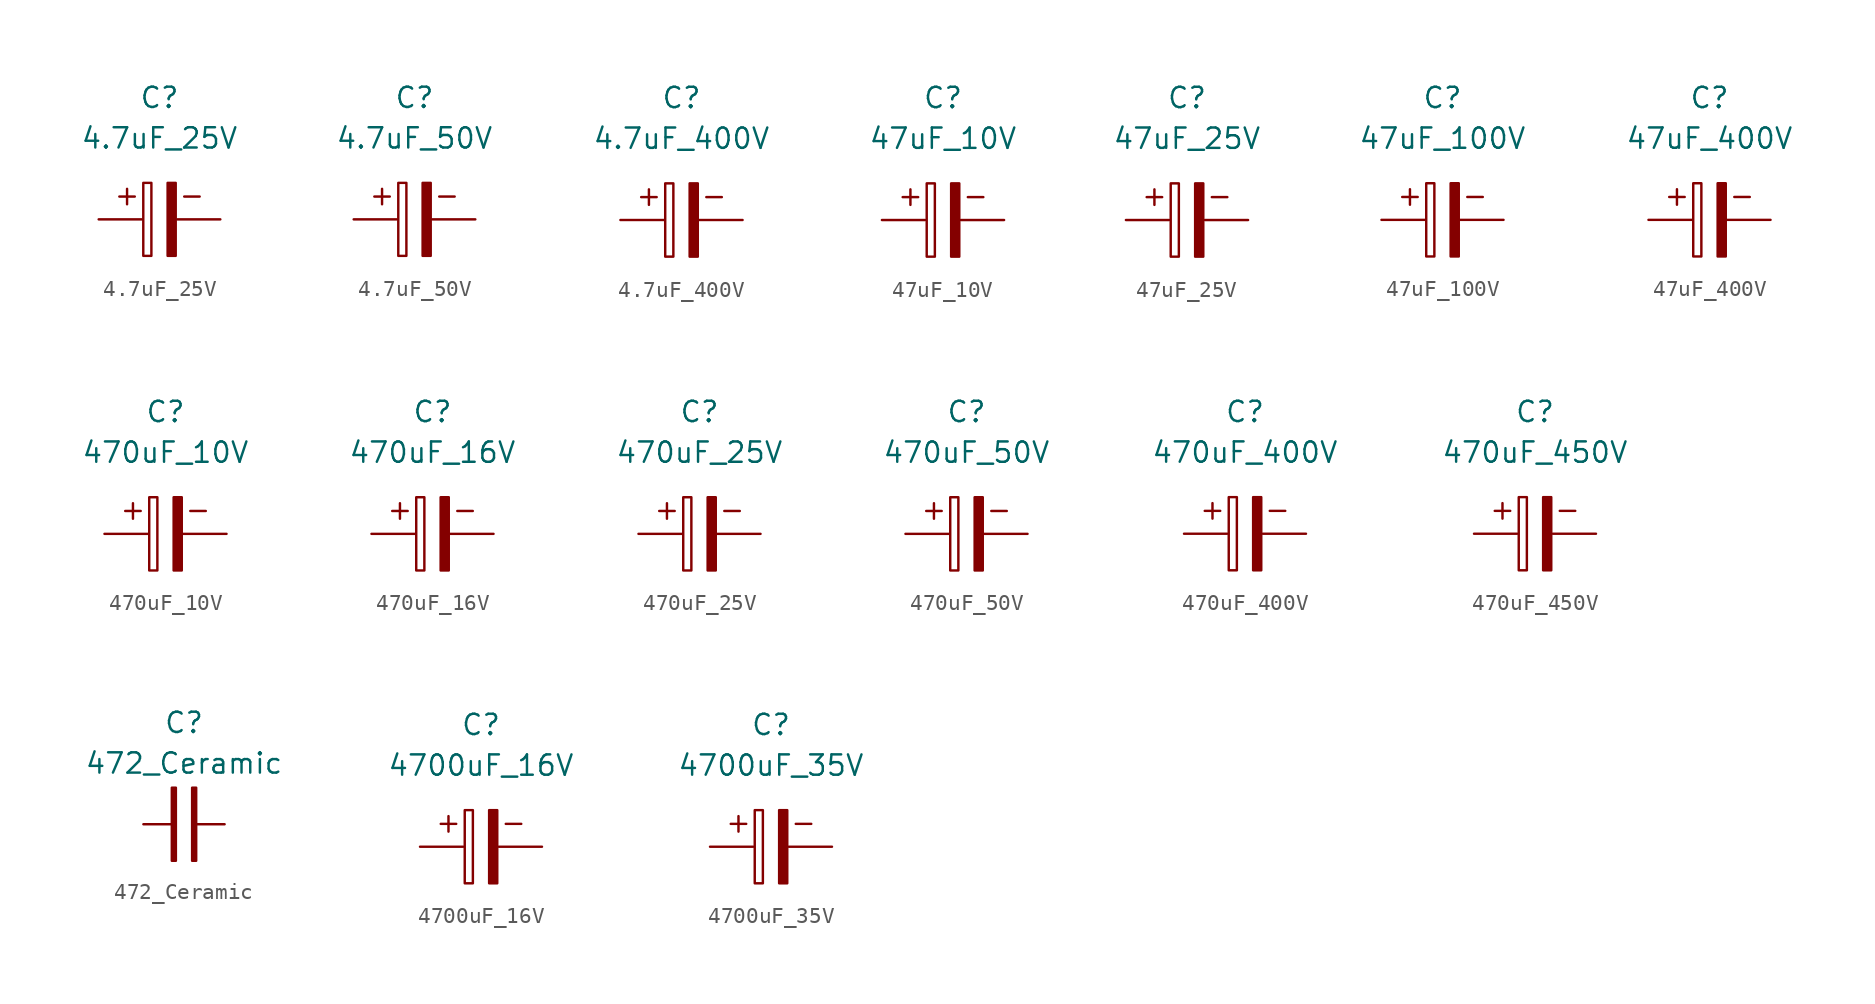
<source format=kicad_sym>
(kicad_symbol_lib
  (version 20220914)
  (generator kicad_symbol_editor)
  (symbol "4.7uF_25V"
    (property "Reference" "C"
      (at 0 7.62 0)
      (effects (font (size 1.27 1.27))))
    (property "Value" "4.7uF_25V"
      (at 0 5.08 0)
      (effects (font (size 1.27 1.27))))
    (symbol "4.7uF_25V_0_0"
      (text "+" (at -2.032 1.524 0) (effects (font (size 1.27 1.27))))
      (text "-" (at 2.032 1.524 0) (effects (font (size 1.27 1.27)))))
    (symbol "4.7uF_25V_0_1"
      (rectangle (start -1.016 -2.286) (end -0.508 2.286) (stroke (width 0) (type default)) (fill (type none)))
      (rectangle (start 0.508 -2.286) (end 1.016 2.286) (stroke (width 0) (type default)) (fill (type outline))))
    (symbol "4.7uF_25V_1_1"
      (pin passive line (at -3.81 0 0) (length 2.7) (name "~" (effects (font (size 0 0)))) (number "1" (effects (font (size 0 0)))))
      (pin input line (at 3.81 0 180) (length 2.7) (name "~" (effects (font (size 0 0)))) (number "2" (effects (font (size 0 0)))))))
  (symbol "4.7uF_50V"
    (property "Reference" "C"
      (at 0 7.62 0)
      (effects (font (size 1.27 1.27))))
    (property "Value" "4.7uF_50V"
      (at 0 5.08 0)
      (effects (font (size 1.27 1.27))))
    (symbol "4.7uF_50V_0_0"
      (text "+" (at -2.032 1.524 0) (effects (font (size 1.27 1.27))))
      (text "-" (at 2.032 1.524 0) (effects (font (size 1.27 1.27)))))
    (symbol "4.7uF_50V_0_1"
      (rectangle (start -1.016 -2.286) (end -0.508 2.286) (stroke (width 0) (type default)) (fill (type none)))
      (rectangle (start 0.508 -2.286) (end 1.016 2.286) (stroke (width 0) (type default)) (fill (type outline))))
    (symbol "4.7uF_50V_1_1"
      (pin passive line (at -3.81 0 0) (length 2.7) (name "~" (effects (font (size 0 0)))) (number "1" (effects (font (size 0 0)))))
      (pin input line (at 3.81 0 180) (length 2.7) (name "~" (effects (font (size 0 0)))) (number "2" (effects (font (size 0 0)))))))
  (symbol "4.7uF_400V"
    (property "Reference" "C"
      (at 0 7.62 0)
      (effects (font (size 1.27 1.27))))
    (property "Value" "4.7uF_400V"
      (at 0 5.08 0)
      (effects (font (size 1.27 1.27))))
    (symbol "4.7uF_400V_0_0"
      (text "+" (at -2.032 1.524 0) (effects (font (size 1.27 1.27))))
      (text "-" (at 2.032 1.524 0) (effects (font (size 1.27 1.27)))))
    (symbol "4.7uF_400V_0_1"
      (rectangle (start -1.016 -2.286) (end -0.508 2.286) (stroke (width 0) (type default)) (fill (type none)))
      (rectangle (start 0.508 -2.286) (end 1.016 2.286) (stroke (width 0) (type default)) (fill (type outline))))
    (symbol "4.7uF_400V_1_1"
      (pin passive line (at -3.81 0 0) (length 2.7) (name "~" (effects (font (size 0 0)))) (number "1" (effects (font (size 0 0)))))
      (pin input line (at 3.81 0 180) (length 2.7) (name "~" (effects (font (size 0 0)))) (number "2" (effects (font (size 0 0)))))))
  (symbol "47uF_10V"
    (property "Reference" "C"
      (at 0 7.62 0)
      (effects (font (size 1.27 1.27))))
    (property "Value" "47uF_10V"
      (at 0 5.08 0)
      (effects (font (size 1.27 1.27))))
    (symbol "47uF_10V_0_0"
      (text "+" (at -2.032 1.524 0) (effects (font (size 1.27 1.27))))
      (text "-" (at 2.032 1.524 0) (effects (font (size 1.27 1.27)))))
    (symbol "47uF_10V_0_1"
      (rectangle (start -1.016 -2.286) (end -0.508 2.286) (stroke (width 0) (type default)) (fill (type none)))
      (rectangle (start 0.508 -2.286) (end 1.016 2.286) (stroke (width 0) (type default)) (fill (type outline))))
    (symbol "47uF_10V_1_1"
      (pin passive line (at -3.81 0 0) (length 2.7) (name "~" (effects (font (size 0 0)))) (number "1" (effects (font (size 0 0)))))
      (pin input line (at 3.81 0 180) (length 2.7) (name "~" (effects (font (size 0 0)))) (number "2" (effects (font (size 0 0)))))))
  (symbol "47uF_25V"
    (property "Reference" "C"
      (at 0 7.62 0)
      (effects (font (size 1.27 1.27))))
    (property "Value" "47uF_25V"
      (at 0 5.08 0)
      (effects (font (size 1.27 1.27))))
    (symbol "47uF_25V_0_0"
      (text "+" (at -2.032 1.524 0) (effects (font (size 1.27 1.27))))
      (text "-" (at 2.032 1.524 0) (effects (font (size 1.27 1.27)))))
    (symbol "47uF_25V_0_1"
      (rectangle (start -1.016 -2.286) (end -0.508 2.286) (stroke (width 0) (type default)) (fill (type none)))
      (rectangle (start 0.508 -2.286) (end 1.016 2.286) (stroke (width 0) (type default)) (fill (type outline))))
    (symbol "47uF_25V_1_1"
      (pin passive line (at -3.81 0 0) (length 2.7) (name "~" (effects (font (size 0 0)))) (number "1" (effects (font (size 0 0)))))
      (pin input line (at 3.81 0 180) (length 2.7) (name "~" (effects (font (size 0 0)))) (number "2" (effects (font (size 0 0)))))))
  (symbol "47uF_100V"
    (property "Reference" "C"
      (at 0 7.62 0)
      (effects (font (size 1.27 1.27))))
    (property "Value" "47uF_100V"
      (at 0 5.08 0)
      (effects (font (size 1.27 1.27))))
    (symbol "47uF_100V_0_0"
      (text "+" (at -2.032 1.524 0) (effects (font (size 1.27 1.27))))
      (text "-" (at 2.032 1.524 0) (effects (font (size 1.27 1.27)))))
    (symbol "47uF_100V_0_1"
      (rectangle (start -1.016 -2.286) (end -0.508 2.286) (stroke (width 0) (type default)) (fill (type none)))
      (rectangle (start 0.508 -2.286) (end 1.016 2.286) (stroke (width 0) (type default)) (fill (type outline))))
    (symbol "47uF_100V_1_1"
      (pin passive line (at -3.81 0 0) (length 2.7) (name "~" (effects (font (size 0 0)))) (number "1" (effects (font (size 0 0)))))
      (pin input line (at 3.81 0 180) (length 2.7) (name "~" (effects (font (size 0 0)))) (number "2" (effects (font (size 0 0)))))))
  (symbol "47uF_400V"
    (property "Reference" "C"
      (at 0 7.62 0)
      (effects (font (size 1.27 1.27))))
    (property "Value" "47uF_400V"
      (at 0 5.08 0)
      (effects (font (size 1.27 1.27))))
    (symbol "47uF_400V_0_0"
      (text "+" (at -2.032 1.524 0) (effects (font (size 1.27 1.27))))
      (text "-" (at 2.032 1.524 0) (effects (font (size 1.27 1.27)))))
    (symbol "47uF_400V_0_1"
      (rectangle (start -1.016 -2.286) (end -0.508 2.286) (stroke (width 0) (type default)) (fill (type none)))
      (rectangle (start 0.508 -2.286) (end 1.016 2.286) (stroke (width 0) (type default)) (fill (type outline))))
    (symbol "47uF_400V_1_1"
      (pin passive line (at -3.81 0 0) (length 2.7) (name "~" (effects (font (size 0 0)))) (number "1" (effects (font (size 0 0)))))
      (pin input line (at 3.81 0 180) (length 2.7) (name "~" (effects (font (size 0 0)))) (number "2" (effects (font (size 0 0)))))))
  (symbol "470uF_10V"
    (property "Reference" "C"
      (at 0 7.62 0)
      (effects (font (size 1.27 1.27))))
    (property "Value" "470uF_10V"
      (at 0 5.08 0)
      (effects (font (size 1.27 1.27))))
    (symbol "470uF_10V_0_0"
      (text "+" (at -2.032 1.524 0) (effects (font (size 1.27 1.27))))
      (text "-" (at 2.032 1.524 0) (effects (font (size 1.27 1.27)))))
    (symbol "470uF_10V_0_1"
      (rectangle (start -1.016 -2.286) (end -0.508 2.286) (stroke (width 0) (type default)) (fill (type none)))
      (rectangle (start 0.508 -2.286) (end 1.016 2.286) (stroke (width 0) (type default)) (fill (type outline))))
    (symbol "470uF_10V_1_1"
      (pin passive line (at -3.81 0 0) (length 2.7) (name "~" (effects (font (size 0 0)))) (number "1" (effects (font (size 0 0)))))
      (pin input line (at 3.81 0 180) (length 2.7) (name "~" (effects (font (size 0 0)))) (number "2" (effects (font (size 0 0)))))))
  (symbol "470uF_16V"
    (property "Reference" "C"
      (at 0 7.62 0)
      (effects (font (size 1.27 1.27))))
    (property "Value" "470uF_16V"
      (at 0 5.08 0)
      (effects (font (size 1.27 1.27))))
    (symbol "470uF_16V_0_0"
      (text "+" (at -2.032 1.524 0) (effects (font (size 1.27 1.27))))
      (text "-" (at 2.032 1.524 0) (effects (font (size 1.27 1.27)))))
    (symbol "470uF_16V_0_1"
      (rectangle (start -1.016 -2.286) (end -0.508 2.286) (stroke (width 0) (type default)) (fill (type none)))
      (rectangle (start 0.508 -2.286) (end 1.016 2.286) (stroke (width 0) (type default)) (fill (type outline))))
    (symbol "470uF_16V_1_1"
      (pin passive line (at -3.81 0 0) (length 2.7) (name "~" (effects (font (size 0 0)))) (number "1" (effects (font (size 0 0)))))
      (pin input line (at 3.81 0 180) (length 2.7) (name "~" (effects (font (size 0 0)))) (number "2" (effects (font (size 0 0)))))))
  (symbol "470uF_25V"
    (property "Reference" "C"
      (at 0 7.62 0)
      (effects (font (size 1.27 1.27))))
    (property "Value" "470uF_25V"
      (at 0 5.08 0)
      (effects (font (size 1.27 1.27))))
    (symbol "470uF_25V_0_0"
      (text "+" (at -2.032 1.524 0) (effects (font (size 1.27 1.27))))
      (text "-" (at 2.032 1.524 0) (effects (font (size 1.27 1.27)))))
    (symbol "470uF_25V_0_1"
      (rectangle (start -1.016 -2.286) (end -0.508 2.286) (stroke (width 0) (type default)) (fill (type none)))
      (rectangle (start 0.508 -2.286) (end 1.016 2.286) (stroke (width 0) (type default)) (fill (type outline))))
    (symbol "470uF_25V_1_1"
      (pin passive line (at -3.81 0 0) (length 2.7) (name "~" (effects (font (size 0 0)))) (number "1" (effects (font (size 0 0)))))
      (pin input line (at 3.81 0 180) (length 2.7) (name "~" (effects (font (size 0 0)))) (number "2" (effects (font (size 0 0)))))))
  (symbol "470uF_50V"
    (property "Reference" "C"
      (at 0 7.62 0)
      (effects (font (size 1.27 1.27))))
    (property "Value" "470uF_50V"
      (at 0 5.08 0)
      (effects (font (size 1.27 1.27))))
    (symbol "470uF_50V_0_0"
      (text "+" (at -2.032 1.524 0) (effects (font (size 1.27 1.27))))
      (text "-" (at 2.032 1.524 0) (effects (font (size 1.27 1.27)))))
    (symbol "470uF_50V_0_1"
      (rectangle (start -1.016 -2.286) (end -0.508 2.286) (stroke (width 0) (type default)) (fill (type none)))
      (rectangle (start 0.508 -2.286) (end 1.016 2.286) (stroke (width 0) (type default)) (fill (type outline))))
    (symbol "470uF_50V_1_1"
      (pin passive line (at -3.81 0 0) (length 2.7) (name "~" (effects (font (size 0 0)))) (number "1" (effects (font (size 0 0)))))
      (pin input line (at 3.81 0 180) (length 2.7) (name "~" (effects (font (size 0 0)))) (number "2" (effects (font (size 0 0)))))))
  (symbol "470uF_400V"
    (property "Reference" "C"
      (at 0 7.62 0)
      (effects (font (size 1.27 1.27))))
    (property "Value" "470uF_400V"
      (at 0 5.08 0)
      (effects (font (size 1.27 1.27))))
    (symbol "470uF_400V_0_0"
      (text "+" (at -2.032 1.524 0) (effects (font (size 1.27 1.27))))
      (text "-" (at 2.032 1.524 0) (effects (font (size 1.27 1.27)))))
    (symbol "470uF_400V_0_1"
      (rectangle (start -1.016 -2.286) (end -0.508 2.286) (stroke (width 0) (type default)) (fill (type none)))
      (rectangle (start 0.508 -2.286) (end 1.016 2.286) (stroke (width 0) (type default)) (fill (type outline))))
    (symbol "470uF_400V_1_1"
      (pin passive line (at -3.81 0 0) (length 2.7) (name "~" (effects (font (size 0 0)))) (number "1" (effects (font (size 0 0)))))
      (pin input line (at 3.81 0 180) (length 2.7) (name "~" (effects (font (size 0 0)))) (number "2" (effects (font (size 0 0)))))))
  (symbol "470uF_450V"
    (property "Reference" "C"
      (at 0 7.62 0)
      (effects (font (size 1.27 1.27))))
    (property "Value" "470uF_450V"
      (at 0 5.08 0)
      (effects (font (size 1.27 1.27))))
    (symbol "470uF_450V_0_0"
      (text "+" (at -2.032 1.524 0) (effects (font (size 1.27 1.27))))
      (text "-" (at 2.032 1.524 0) (effects (font (size 1.27 1.27)))))
    (symbol "470uF_450V_0_1"
      (rectangle (start -1.016 -2.286) (end -0.508 2.286) (stroke (width 0) (type default)) (fill (type none)))
      (rectangle (start 0.508 -2.286) (end 1.016 2.286) (stroke (width 0) (type default)) (fill (type outline))))
    (symbol "470uF_450V_1_1"
      (pin passive line (at -3.81 0 0) (length 2.7) (name "~" (effects (font (size 0 0)))) (number "1" (effects (font (size 0 0)))))
      (pin input line (at 3.81 0 180) (length 2.7) (name "~" (effects (font (size 0 0)))) (number "2" (effects (font (size 0 0)))))))
  (symbol "472_Ceramic"
    (property "Reference" "C"
      (at 0 6.35 0)
      (effects (font (size 1.27 1.27))))
    (property "Value" "472_Ceramic"
      (at 0 3.81 0)
      (effects (font (size 1.27 1.27))))
    (symbol "472_Ceramic_0_1"
      (rectangle (start -0.762 2.286) (end -0.508 -2.286) (stroke (width 0) (type default)) (fill (type outline)))
      (rectangle (start 0.508 2.286) (end 0.762 -2.286) (stroke (width 0) (type default)) (fill (type outline))))
    (symbol "472_Ceramic_1_1"
      (pin passive line (at -2.54 0 0) (length 2) (name "~" (effects (font (size 0 0)))) (number "1" (effects (font (size 0 0)))))
      (pin input line (at 2.54 0 180) (length 2) (name "~" (effects (font (size 0 0)))) (number "2" (effects (font (size 0 0)))))))
  (symbol "4700uF_16V"
    (property "Reference" "C"
      (at 0 7.62 0)
      (effects (font (size 1.27 1.27))))
    (property "Value" "4700uF_16V"
      (at 0 5.08 0)
      (effects (font (size 1.27 1.27))))
    (symbol "4700uF_16V_0_0"
      (text "+" (at -2.032 1.524 0) (effects (font (size 1.27 1.27))))
      (text "-" (at 2.032 1.524 0) (effects (font (size 1.27 1.27)))))
    (symbol "4700uF_16V_0_1"
      (rectangle (start -1.016 -2.286) (end -0.508 2.286) (stroke (width 0) (type default)) (fill (type none)))
      (rectangle (start 0.508 -2.286) (end 1.016 2.286) (stroke (width 0) (type default)) (fill (type outline))))
    (symbol "4700uF_16V_1_1"
      (pin passive line (at -3.81 0 0) (length 2.7) (name "~" (effects (font (size 0 0)))) (number "1" (effects (font (size 0 0)))))
      (pin input line (at 3.81 0 180) (length 2.7) (name "~" (effects (font (size 0 0)))) (number "2" (effects (font (size 0 0)))))))
  (symbol "4700uF_35V"
    (property "Reference" "C"
      (at 0 7.62 0)
      (effects (font (size 1.27 1.27))))
    (property "Value" "4700uF_35V"
      (at 0 5.08 0)
      (effects (font (size 1.27 1.27))))
    (symbol "4700uF_35V_0_0"
      (text "+" (at -2.032 1.524 0) (effects (font (size 1.27 1.27))))
      (text "-" (at 2.032 1.524 0) (effects (font (size 1.27 1.27)))))
    (symbol "4700uF_35V_0_1"
      (rectangle (start -1.016 -2.286) (end -0.508 2.286) (stroke (width 0) (type default)) (fill (type none)))
      (rectangle (start 0.508 -2.286) (end 1.016 2.286) (stroke (width 0) (type default)) (fill (type outline))))
    (symbol "4700uF_35V_1_1"
      (pin passive line (at -3.81 0 0) (length 2.7) (name "~" (effects (font (size 0 0)))) (number "1" (effects (font (size 0 0)))))
      (pin input line (at 3.81 0 180) (length 2.7) (name "~" (effects (font (size 0 0)))) (number "2" (effects (font (size 0 0))))))))
</source>
